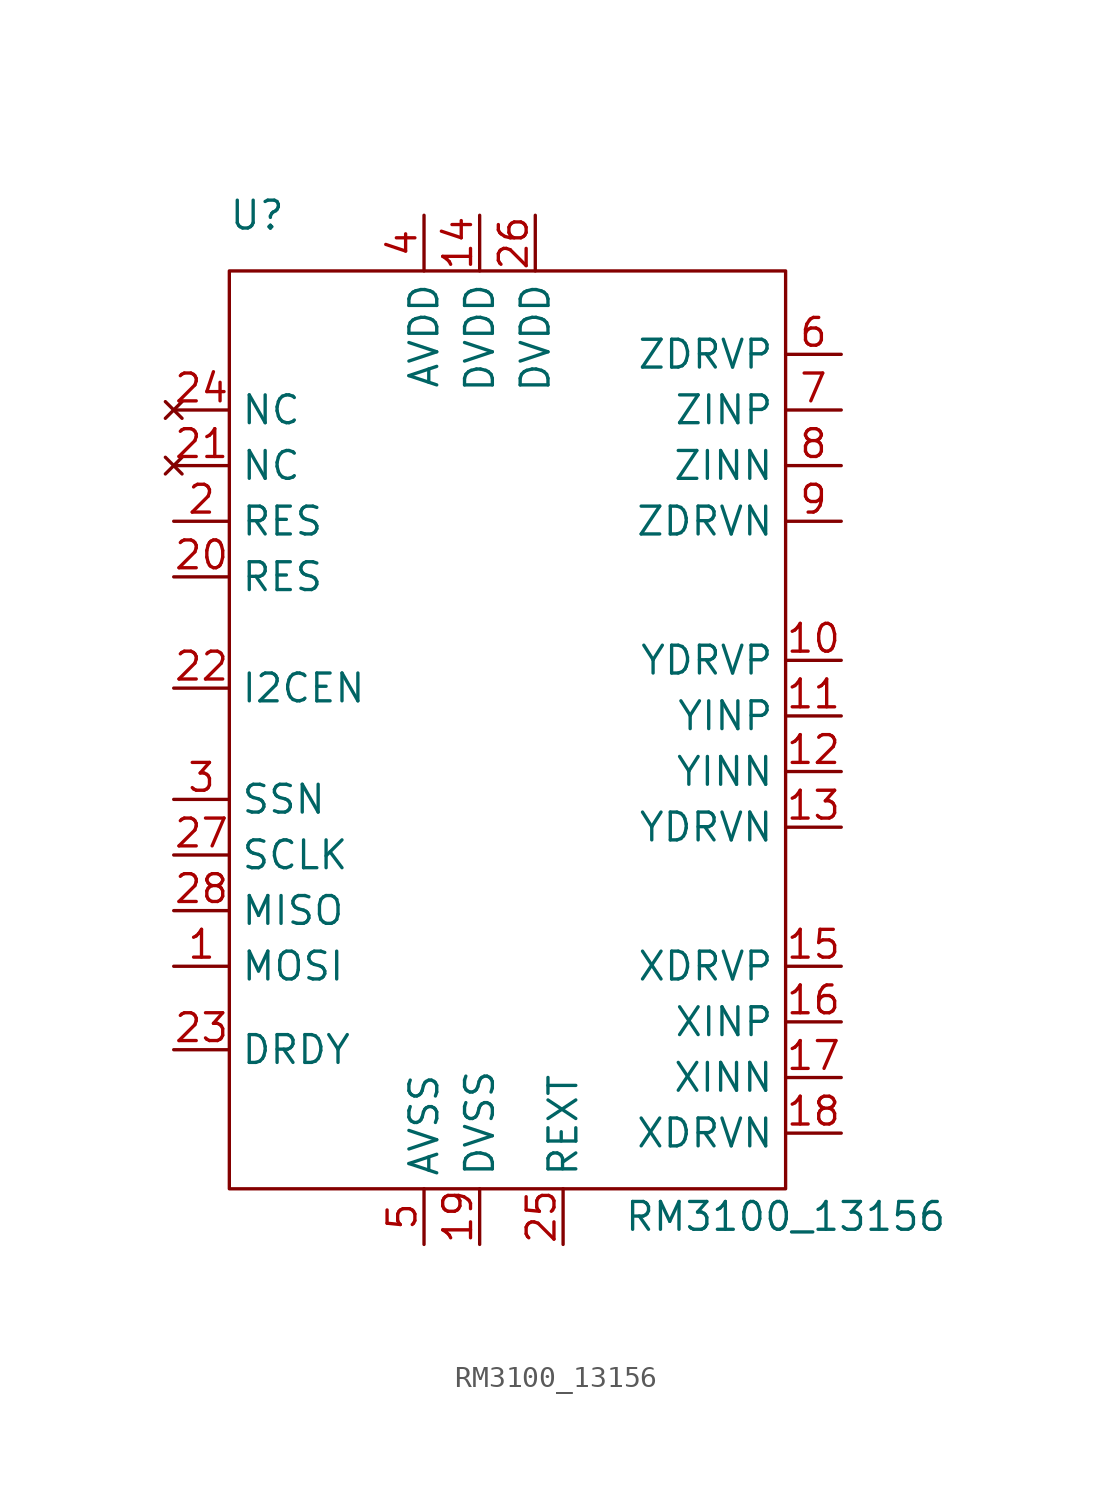
<source format=kicad_sym>
(kicad_symbol_lib
  (version 20211014)
  (generator kicad_symbol_editor)
  (symbol "RM3100_13156"
    (property "Reference" "U"
      (at 1.27 44.45 0)
      (effects (font (size 1.27 1.27))))
    (property "Value" "RM3100_13156"
      (at 25.4 -1.27 0)
      (effects (font (size 1.27 1.27))))
    (symbol "RM3100_13156_0_1"
      (rectangle (start 0 41.91) (end 25.4 0) (stroke (width 0) (type default) (color 0 0 0 0)) (fill (type none))))
    (symbol "RM3100_13156_1_1"
      (pin input line (at -2.54 10.16 0) (length 2.54) (name "MOSI" (effects (font (size 1.27 1.27)))) (number "1" (effects (font (size 1.27 1.27)))))
      (pin output line (at 27.94 24.13 180) (length 2.54) (name "YDRVP" (effects (font (size 1.27 1.27)))) (number "10" (effects (font (size 1.27 1.27)))))
      (pin input line (at 27.94 21.59 180) (length 2.54) (name "YINP" (effects (font (size 1.27 1.27)))) (number "11" (effects (font (size 1.27 1.27)))))
      (pin input line (at 27.94 19.05 180) (length 2.54) (name "YINN" (effects (font (size 1.27 1.27)))) (number "12" (effects (font (size 1.27 1.27)))))
      (pin output line (at 27.94 16.51 180) (length 2.54) (name "YDRVN" (effects (font (size 1.27 1.27)))) (number "13" (effects (font (size 1.27 1.27)))))
      (pin power_in line (at 11.43 44.45 270) (length 2.54) (name "DVDD" (effects (font (size 1.27 1.27)))) (number "14" (effects (font (size 1.27 1.27)))))
      (pin output line (at 27.94 10.16 180) (length 2.54) (name "XDRVP" (effects (font (size 1.27 1.27)))) (number "15" (effects (font (size 1.27 1.27)))))
      (pin input line (at 27.94 7.62 180) (length 2.54) (name "XINP" (effects (font (size 1.27 1.27)))) (number "16" (effects (font (size 1.27 1.27)))))
      (pin input line (at 27.94 5.08 180) (length 2.54) (name "XINN" (effects (font (size 1.27 1.27)))) (number "17" (effects (font (size 1.27 1.27)))))
      (pin output line (at 27.94 2.54 180) (length 2.54) (name "XDRVN" (effects (font (size 1.27 1.27)))) (number "18" (effects (font (size 1.27 1.27)))))
      (pin power_in line (at 11.43 -2.54 90) (length 2.54) (name "DVSS" (effects (font (size 1.27 1.27)))) (number "19" (effects (font (size 1.27 1.27)))))
      (pin passive line (at -2.54 30.48 0) (length 2.54) (name "RES" (effects (font (size 1.27 1.27)))) (number "2" (effects (font (size 1.27 1.27)))))
      (pin passive line (at -2.54 27.94 0) (length 2.54) (name "RES" (effects (font (size 1.27 1.27)))) (number "20" (effects (font (size 1.27 1.27)))))
      (pin no_connect line (at -2.54 33.02 0) (length 2.54) (name "NC" (effects (font (size 1.27 1.27)))) (number "21" (effects (font (size 1.27 1.27)))))
      (pin input line (at -2.54 22.86 0) (length 2.54) (name "I2CEN" (effects (font (size 1.27 1.27)))) (number "22" (effects (font (size 1.27 1.27)))))
      (pin output line (at -2.54 6.35 0) (length 2.54) (name "DRDY" (effects (font (size 1.27 1.27)))) (number "23" (effects (font (size 1.27 1.27)))))
      (pin no_connect line (at -2.54 35.56 0) (length 2.54) (name "NC" (effects (font (size 1.27 1.27)))) (number "24" (effects (font (size 1.27 1.27)))))
      (pin input line (at 15.24 -2.54 90) (length 2.54) (name "REXT" (effects (font (size 1.27 1.27)))) (number "25" (effects (font (size 1.27 1.27)))))
      (pin power_in line (at 13.97 44.45 270) (length 2.54) (name "DVDD" (effects (font (size 1.27 1.27)))) (number "26" (effects (font (size 1.27 1.27)))))
      (pin input line (at -2.54 15.24 0) (length 2.54) (name "SCLK" (effects (font (size 1.27 1.27)))) (number "27" (effects (font (size 1.27 1.27)))))
      (pin output line (at -2.54 12.7 0) (length 2.54) (name "MISO" (effects (font (size 1.27 1.27)))) (number "28" (effects (font (size 1.27 1.27)))))
      (pin input line (at -2.54 17.78 0) (length 2.54) (name "SSN" (effects (font (size 1.27 1.27)))) (number "3" (effects (font (size 1.27 1.27)))))
      (pin power_in line (at 8.89 44.45 270) (length 2.54) (name "AVDD" (effects (font (size 1.27 1.27)))) (number "4" (effects (font (size 1.27 1.27)))))
      (pin power_in line (at 8.89 -2.54 90) (length 2.54) (name "AVSS" (effects (font (size 1.27 1.27)))) (number "5" (effects (font (size 1.27 1.27)))))
      (pin output line (at 27.94 38.1 180) (length 2.54) (name "ZDRVP" (effects (font (size 1.27 1.27)))) (number "6" (effects (font (size 1.27 1.27)))))
      (pin input line (at 27.94 35.56 180) (length 2.54) (name "ZINP" (effects (font (size 1.27 1.27)))) (number "7" (effects (font (size 1.27 1.27)))))
      (pin input line (at 27.94 33.02 180) (length 2.54) (name "ZINN" (effects (font (size 1.27 1.27)))) (number "8" (effects (font (size 1.27 1.27)))))
      (pin output line (at 27.94 30.48 180) (length 2.54) (name "ZDRVN" (effects (font (size 1.27 1.27)))) (number "9" (effects (font (size 1.27 1.27))))))))
</source>
